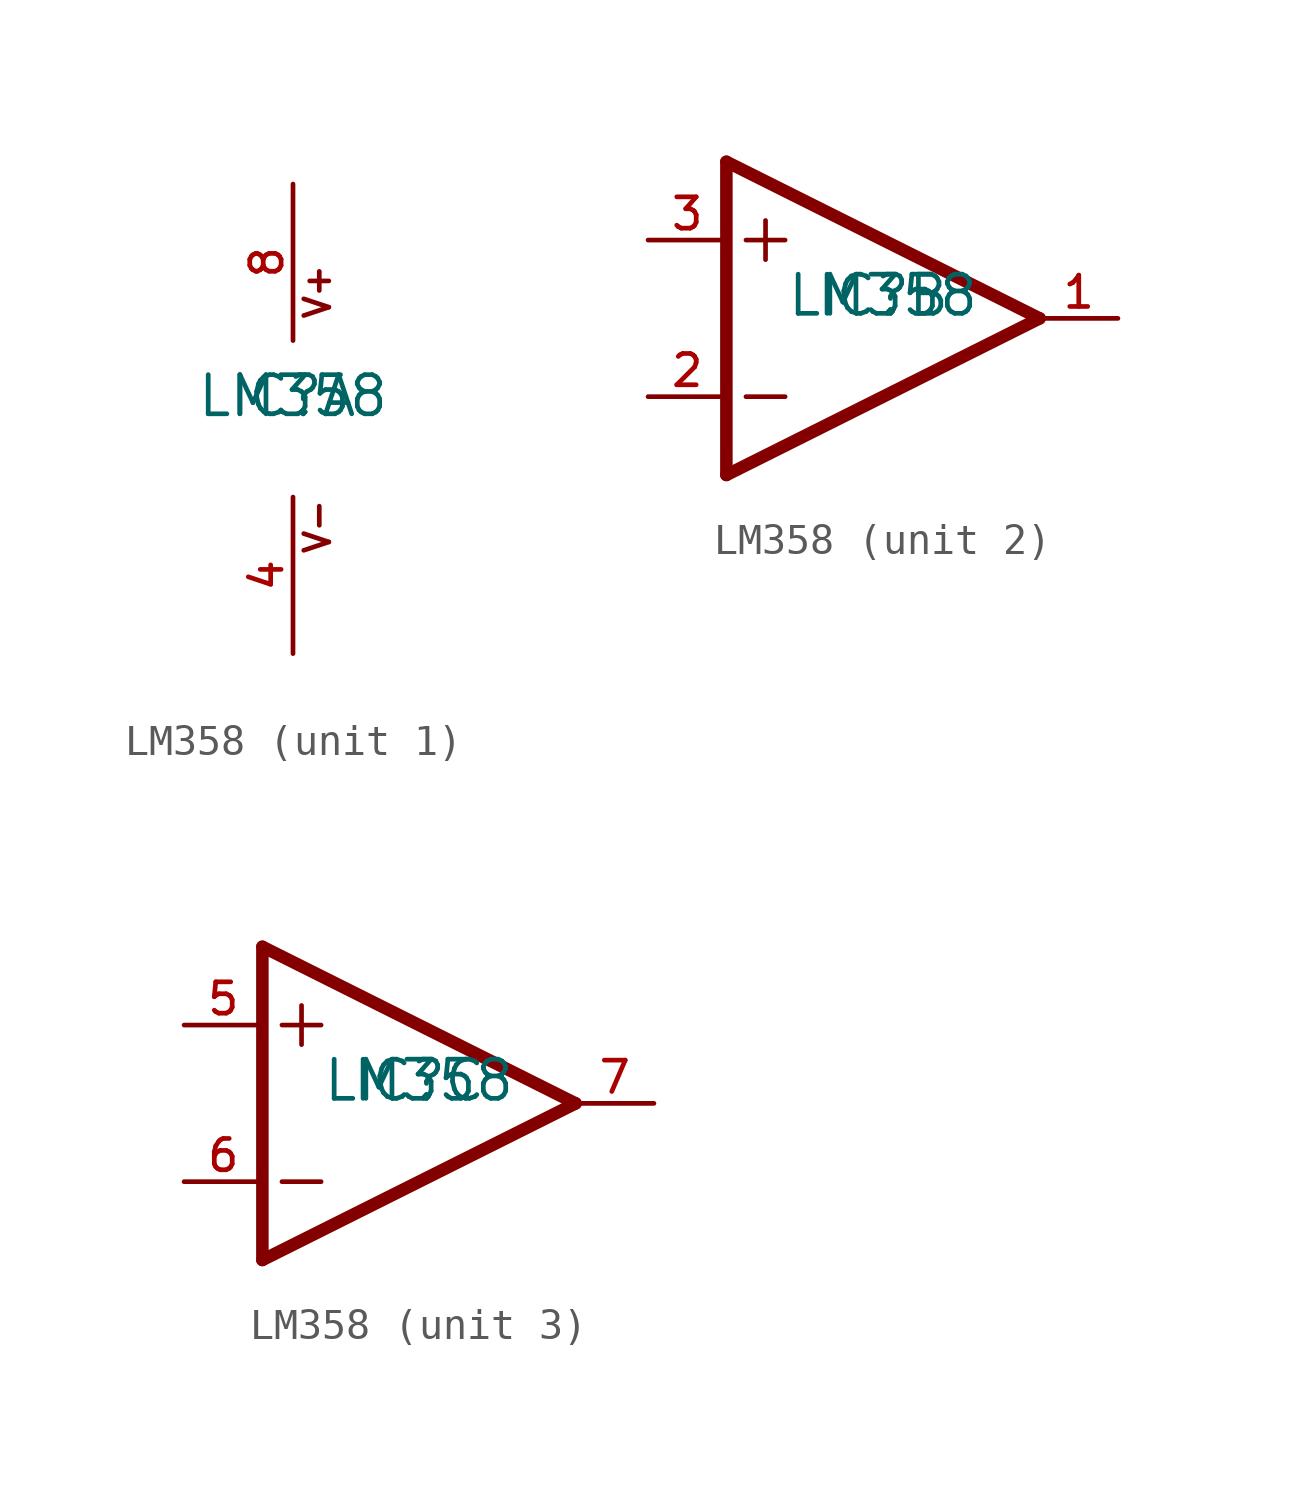
<source format=kicad_sym>
(kicad_symbol_lib
  (version 20211014)
  (generator kicad_symbol_editor)
  (symbol "LM358"
    (pin_names
      (offset 1.016))
    (property "Reference" "IC"
      (at 0 0 0)
      (effects (font (size 1.27 1.27)) (justify bottom)))
    (property "Value" "LM358"
      (at 0 0.0 0)
      (effects (font (size 1.27 1.27)) (justify bottom)))
    (symbol "LM358_1_0"
      (text "V+" (at 1.27 3.175 900) (effects (font (size 0.813 0.813)) (justify bottom left)))
      (text "V-" (at 1.27 -4.445 900) (effects (font (size 0.813 0.813)) (justify bottom left)))
      (pin power_in line (at 0.0 7.62 270.0) (length 5.08) (name "~" (effects (font (size 1.016 1.016)))) (number "8" (effects (font (size 1.016 1.016)))))
      (pin power_in line (at 0.0 -7.62 90.0) (length 5.08) (name "~" (effects (font (size 1.016 1.016)))) (number "4" (effects (font (size 1.016 1.016))))))
    (symbol "LM358_2_0"
      (polyline (pts (xy -5.08 5.08) (xy -5.08 -5.08)) (stroke (width 0.406)))
      (polyline (pts (xy -5.08 -5.08) (xy 5.08 0.0)) (stroke (width 0.406)))
      (polyline (pts (xy 5.08 0.0) (xy -5.08 5.08)) (stroke (width 0.406)))
      (polyline (pts (xy -3.81 3.175) (xy -3.81 1.905)) (stroke (width 0.152)))
      (polyline (pts (xy -4.445 2.54) (xy -3.175 2.54)) (stroke (width 0.152)))
      (polyline (pts (xy -4.445 -2.54) (xy -3.175 -2.54)) (stroke (width 0.152)))
      (pin input line (at -7.62 -2.54 0) (length 2.54) (name "~" (effects (font (size 1.016 1.016)))) (number "2" (effects (font (size 1.016 1.016)))))
      (pin input line (at -7.62 2.54 0) (length 2.54) (name "~" (effects (font (size 1.016 1.016)))) (number "3" (effects (font (size 1.016 1.016)))))
      (pin output line (at 7.62 0.0 180.0) (length 2.54) (name "~" (effects (font (size 1.016 1.016)))) (number "1" (effects (font (size 1.016 1.016))))))
    (symbol "LM358_3_0"
      (polyline (pts (xy -5.08 5.08) (xy -5.08 -5.08)) (stroke (width 0.406)))
      (polyline (pts (xy -5.08 -5.08) (xy 5.08 0.0)) (stroke (width 0.406)))
      (polyline (pts (xy 5.08 0.0) (xy -5.08 5.08)) (stroke (width 0.406)))
      (polyline (pts (xy -3.81 3.175) (xy -3.81 1.905)) (stroke (width 0.152)))
      (polyline (pts (xy -4.445 2.54) (xy -3.175 2.54)) (stroke (width 0.152)))
      (polyline (pts (xy -4.445 -2.54) (xy -3.175 -2.54)) (stroke (width 0.152)))
      (pin input line (at -7.62 -2.54 0) (length 2.54) (name "~" (effects (font (size 1.016 1.016)))) (number "6" (effects (font (size 1.016 1.016)))))
      (pin input line (at -7.62 2.54 0) (length 2.54) (name "~" (effects (font (size 1.016 1.016)))) (number "5" (effects (font (size 1.016 1.016)))))
      (pin output line (at 7.62 0.0 180.0) (length 2.54) (name "~" (effects (font (size 1.016 1.016)))) (number "7" (effects (font (size 1.016 1.016))))))))
</source>
